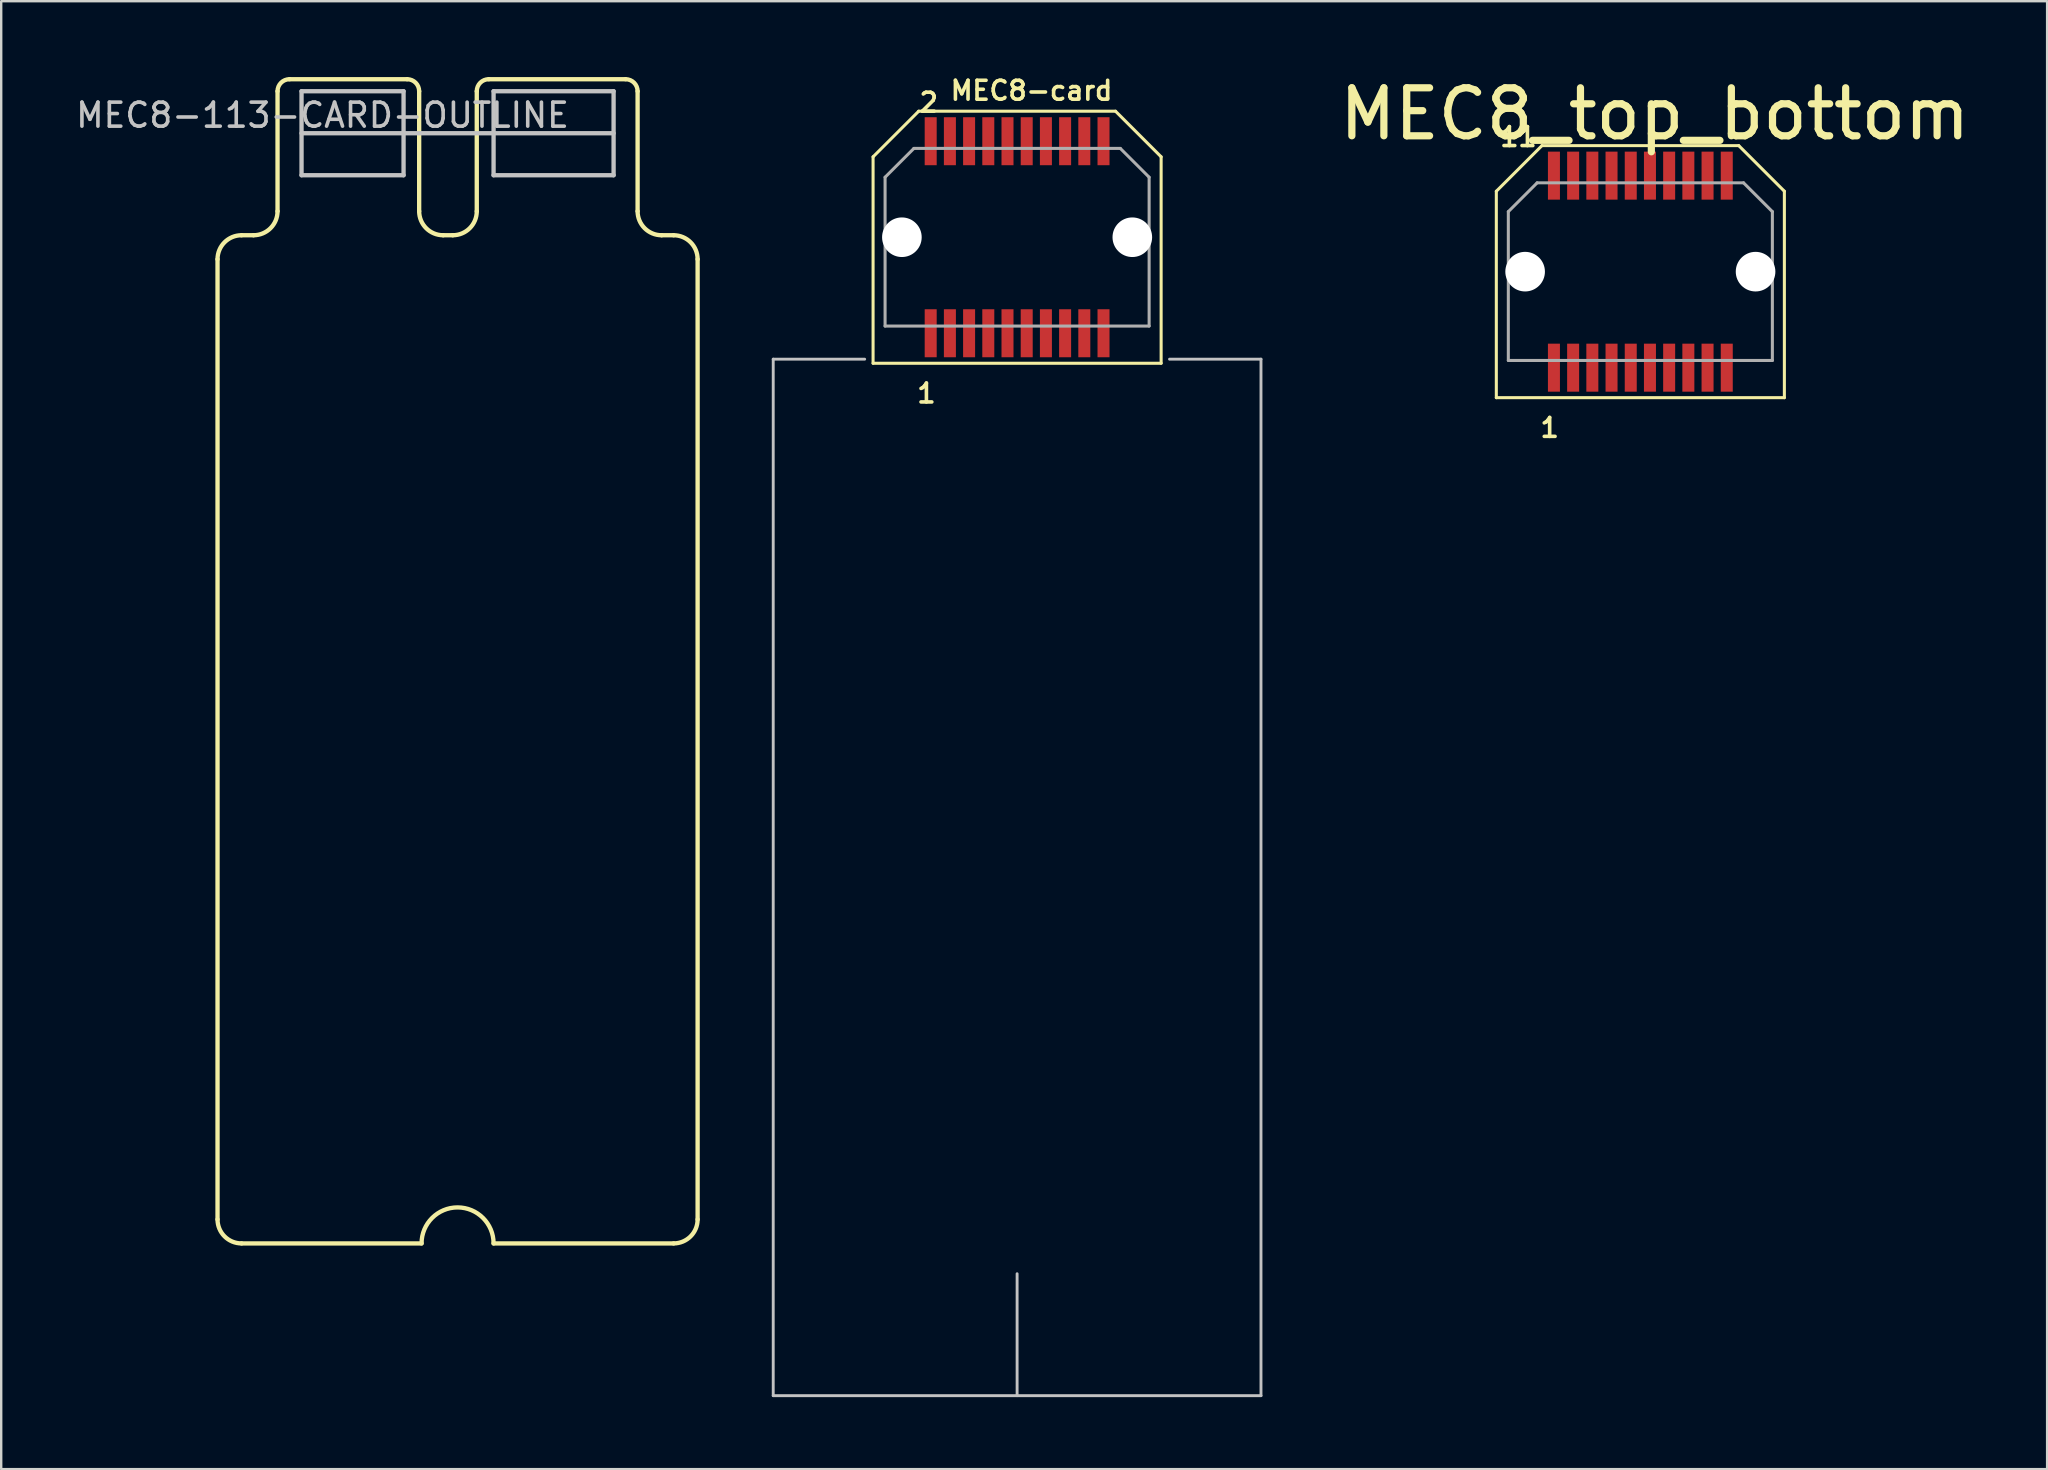
<source format=kicad_pcb>
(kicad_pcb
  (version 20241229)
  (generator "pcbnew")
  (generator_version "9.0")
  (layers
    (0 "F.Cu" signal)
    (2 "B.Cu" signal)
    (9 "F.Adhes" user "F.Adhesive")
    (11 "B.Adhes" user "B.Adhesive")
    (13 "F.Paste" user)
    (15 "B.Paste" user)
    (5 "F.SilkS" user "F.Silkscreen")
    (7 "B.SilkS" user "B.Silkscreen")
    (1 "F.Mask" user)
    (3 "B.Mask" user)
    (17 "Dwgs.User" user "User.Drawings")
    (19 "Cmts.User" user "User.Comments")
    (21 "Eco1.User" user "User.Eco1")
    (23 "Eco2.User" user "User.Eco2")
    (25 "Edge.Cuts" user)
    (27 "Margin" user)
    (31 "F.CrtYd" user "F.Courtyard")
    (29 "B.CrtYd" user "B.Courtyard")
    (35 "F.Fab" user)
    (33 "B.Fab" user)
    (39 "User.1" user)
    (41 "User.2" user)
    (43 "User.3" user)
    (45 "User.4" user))
  (footprint "MEC8-113-CARD-OUTLINE"
    (layer "F.Cu")
    (at 6.012 0.25)
    (property "Reference" "MEC8-113-CARD-OUTLINE" (at 4.375 1.5 0) (layer "Dwgs.User") (effects (font (size 1 1) (thickness 0.15))))
    (attr through_hole)
    (fp_line (start 0 47.5) (end 0 7.5) (stroke (width 0.18) (type solid)) (layer "F.SilkS"))
    (fp_line (start 1 6.5) (end 1.5 6.5) (stroke (width 0.18) (type solid)) (layer "F.SilkS"))
    (fp_line (start 2.5 0.5) (end 2.5 5.5) (stroke (width 0.18) (type solid)) (layer "F.SilkS"))
    (fp_line (start 3 0) (end 7.9 0) (stroke (width 0.18) (type solid)) (layer "F.SilkS"))
    (fp_line (start 8.4 0.5) (end 8.4 5.5) (stroke (width 0.18) (type solid)) (layer "F.SilkS"))
    (fp_line (start 8.5 48.5) (end 1 48.5) (stroke (width 0.18) (type solid)) (layer "F.SilkS"))
    (fp_line (start 9.4 6.5) (end 9.8 6.5) (stroke (width 0.18) (type solid)) (layer "F.SilkS"))
    (fp_line (start 10.8 5.5) (end 10.8 0.5) (stroke (width 0.18) (type solid)) (layer "F.SilkS"))
    (fp_line (start 11.5 48.5) (end 19 48.5) (stroke (width 0.18) (type solid)) (layer "F.SilkS"))
    (fp_line (start 17 0) (end 11.3 0) (stroke (width 0.18) (type solid)) (layer "F.SilkS"))
    (fp_line (start 17.5 0.5) (end 17.5 5.5) (stroke (width 0.18) (type solid)) (layer "F.SilkS"))
    (fp_line (start 18.5 6.5) (end 19 6.5) (stroke (width 0.18) (type solid)) (layer "F.SilkS"))
    (fp_line (start 20 7.5) (end 20 47.5) (stroke (width 0.18) (type solid)) (layer "F.SilkS"))
    (fp_arc (start 0 7.5) (mid 0.292893 6.792893) (end 1 6.5) (stroke (width 0.18) (type solid)) (layer "F.SilkS"))
    (fp_arc (start 1 48.5) (mid 0.292893 48.207107) (end 0 47.5) (stroke (width 0.18) (type solid)) (layer "F.SilkS"))
    (fp_arc (start 2.5 0.5) (mid 2.646447 0.146447) (end 3 0) (stroke (width 0.18) (type solid)) (layer "F.SilkS"))
    (fp_arc (start 2.5 5.5) (mid 2.207107 6.207107) (end 1.5 6.5) (stroke (width 0.18) (type solid)) (layer "F.SilkS"))
    (fp_arc (start 7.9 0) (mid 8.253553 0.146447) (end 8.4 0.5) (stroke (width 0.18) (type solid)) (layer "F.SilkS"))
    (fp_arc (start 8.5 48.5) (mid 10 47) (end 11.5 48.5) (stroke (width 0.18) (type solid)) (layer "F.SilkS"))
    (fp_arc (start 9.4 6.5) (mid 8.692893 6.207107) (end 8.4 5.5) (stroke (width 0.18) (type solid)) (layer "F.SilkS"))
    (fp_arc (start 10.8 0.5) (mid 10.946447 0.146447) (end 11.3 0) (stroke (width 0.18) (type solid)) (layer "F.SilkS"))
    (fp_arc (start 10.8 5.5) (mid 10.507107 6.207107) (end 9.8 6.5) (stroke (width 0.18) (type solid)) (layer "F.SilkS"))
    (fp_arc (start 17 0) (mid 17.353553 0.146447) (end 17.5 0.5) (stroke (width 0.18) (type solid)) (layer "F.SilkS"))
    (fp_arc (start 18.5 6.5) (mid 17.792893 6.207107) (end 17.5 5.5) (stroke (width 0.18) (type solid)) (layer "F.SilkS"))
    (fp_arc (start 19 6.5) (mid 19.707107 6.792893) (end 20 7.5) (stroke (width 0.18) (type solid)) (layer "F.SilkS"))
    (fp_arc (start 20 47.5) (mid 19.707107 48.207107) (end 19 48.5) (stroke (width 0.18) (type solid)) (layer "F.SilkS"))
    (fp_line (start 3.5 0.5) (end 7.75 0.5) (stroke (width 0.18) (type solid)) (layer "Dwgs.User"))
    (fp_line (start 3.5 2.25) (end 16.5 2.25) (stroke (width 0.18) (type solid)) (layer "Dwgs.User"))
    (fp_line (start 3.5 4) (end 3.5 0.5) (stroke (width 0.18) (type solid)) (layer "Dwgs.User"))
    (fp_line (start 3.5 4) (end 7.75 4) (stroke (width 0.18) (type solid)) (layer "Dwgs.User"))
    (fp_line (start 7.75 0.5) (end 7.75 4) (stroke (width 0.18) (type solid)) (layer "Dwgs.User"))
    (fp_line (start 11.5 0.5) (end 11.5 4) (stroke (width 0.18) (type solid)) (layer "Dwgs.User"))
    (fp_line (start 11.5 4) (end 16.5 4) (stroke (width 0.18) (type solid)) (layer "Dwgs.User"))
    (fp_line (start 16.5 0.5) (end 11.5 0.5) (stroke (width 0.18) (type solid)) (layer "Dwgs.User"))
    (fp_line (start 16.5 4) (end 16.5 0.5) (stroke (width 0.18) (type solid)) (layer "Dwgs.User")))
  (footprint "MEC8-card"
    (layer "F.Cu")
    (at 39.322 6.833)
    (property "Reference" "MEC8-card" (at 0.601 -6.108 0) (layer "F.SilkS") (effects (font (size 0.788 0.788) (thickness 0.15))))
    (attr through_hole)
    (fp_line (start -6 -3.35) (end -4.1 -5.25) (stroke (width 0.127) (type solid)) (layer "F.SilkS"))
    (fp_line (start -6 5.25) (end -6 -3.35) (stroke (width 0.127) (type solid)) (layer "F.SilkS"))
    (fp_line (start -4.1 -5.25) (end 4.1 -5.25) (stroke (width 0.127) (type solid)) (layer "F.SilkS"))
    (fp_line (start 4.1 -5.25) (end 6 -3.35) (stroke (width 0.127) (type solid)) (layer "F.SilkS"))
    (fp_line (start 6 -3.35) (end 6 5.25) (stroke (width 0.127) (type solid)) (layer "F.SilkS"))
    (fp_line (start 6 5.25) (end -6 5.25) (stroke (width 0.127) (type solid)) (layer "F.SilkS"))
    (fp_line (start -10.16 5.08) (end -10.16 48.26) (stroke (width 0.12) (type solid)) (layer "Dwgs.User"))
    (fp_line (start -10.16 48.26) (end 10.16 48.26) (stroke (width 0.12) (type solid)) (layer "Dwgs.User"))
    (fp_line (start -6.35 5.08) (end -10.16 5.08) (stroke (width 0.12) (type solid)) (layer "Dwgs.User"))
    (fp_line (start 0 48.26) (end 0 43.18) (stroke (width 0.12) (type solid)) (layer "Dwgs.User"))
    (fp_line (start 10.16 5.08) (end 6.35 5.08) (stroke (width 0.12) (type solid)) (layer "Dwgs.User"))
    (fp_line (start 10.16 48.26) (end 10.16 5.08) (stroke (width 0.12) (type solid)) (layer "Dwgs.User"))
    (fp_line (start -5.5 -2.5) (end -4.3 -3.7) (stroke (width 0.127) (type solid)) (layer "F.Fab"))
    (fp_line (start -5.5 3.7) (end -5.5 -2.5) (stroke (width 0.127) (type solid)) (layer "F.Fab"))
    (fp_line (start -4.3 -3.7) (end 4.3 -3.7) (stroke (width 0.127) (type solid)) (layer "F.Fab"))
    (fp_line (start 4.3 -3.7) (end 5.5 -2.5) (stroke (width 0.127) (type solid)) (layer "F.Fab"))
    (fp_line (start 5.5 -2.5) (end 5.5 3.7) (stroke (width 0.127) (type solid)) (layer "F.Fab"))
    (fp_line (start 5.5 3.7) (end -5.5 3.7) (stroke (width 0.127) (type solid)) (layer "F.Fab"))
    (fp_text user "1" (at -3.778 6.505 0) (layer "F.SilkS") (effects (font (size 0.788 0.788) (thickness 0.15))))
    (fp_text user "2" (at -3.682 -5.611 0) (layer "F.SilkS") (effects (font (size 0.789 0.789) (thickness 0.15))))
    (pad "" np_thru_hole circle (at -4.8 0) (size 1.65 1.65) (drill 1.65) (layers "*.Cu" "*.Mask"))
    (pad "" np_thru_hole circle (at 4.8 0) (size 1.65 1.65) (drill 1.65) (layers "*.Cu" "*.Mask"))
    (pad "1" smd rect (at -3.6 4) (size 0.5 2) (layers "F.Cu" "F.Mask" "F.Paste"))
    (pad "2" smd rect (at -3.6 -4) (size 0.5 2) (layers "F.Cu" "F.Mask" "F.Paste"))
    (pad "3" smd rect (at -2.8 4) (size 0.5 2) (layers "F.Cu" "F.Mask" "F.Paste"))
    (pad "4" smd rect (at -2.8 -4) (size 0.5 2) (layers "F.Cu" "F.Mask" "F.Paste"))
    (pad "5" smd rect (at -2 4) (size 0.5 2) (layers "F.Cu" "F.Mask" "F.Paste"))
    (pad "6" smd rect (at -2 -4) (size 0.5 2) (layers "F.Cu" "F.Mask" "F.Paste"))
    (pad "7" smd rect (at -1.2 4) (size 0.5 2) (layers "F.Cu" "F.Mask" "F.Paste"))
    (pad "8" smd rect (at -1.2 -4) (size 0.5 2) (layers "F.Cu" "F.Mask" "F.Paste"))
    (pad "9" smd rect (at -0.4 4) (size 0.5 2) (layers "F.Cu" "F.Mask" "F.Paste"))
    (pad "10" smd rect (at -0.4 -4) (size 0.5 2) (layers "F.Cu" "F.Mask" "F.Paste"))
    (pad "11" smd rect (at 0.4 4) (size 0.5 2) (layers "F.Cu" "F.Mask" "F.Paste"))
    (pad "12" smd rect (at 0.4 -4) (size 0.5 2) (layers "F.Cu" "F.Mask" "F.Paste"))
    (pad "13" smd rect (at 1.2 4) (size 0.5 2) (layers "F.Cu" "F.Mask" "F.Paste"))
    (pad "14" smd rect (at 1.2 -4) (size 0.5 2) (layers "F.Cu" "F.Mask" "F.Paste"))
    (pad "15" smd rect (at 2 4) (size 0.5 2) (layers "F.Cu" "F.Mask" "F.Paste"))
    (pad "16" smd rect (at 2 -4) (size 0.5 2) (layers "F.Cu" "F.Mask" "F.Paste"))
    (pad "17" smd rect (at 2.8 4) (size 0.5 2) (layers "F.Cu" "F.Mask" "F.Paste"))
    (pad "18" smd rect (at 2.8 -4) (size 0.5 2) (layers "F.Cu" "F.Mask" "F.Paste"))
    (pad "19" smd rect (at 3.6 4) (size 0.5 2) (layers "F.Cu" "F.Mask" "F.Paste"))
    (pad "20" smd rect (at 3.6 -4) (size 0.5 2) (layers "F.Cu" "F.Mask" "F.Paste")))
  (footprint "MEC8_top_bottom"
    (layer "F.Cu")
    (at 65.286 8.267)
    (property "Reference" "MEC8_top_bottom" (at 0.601 -6.57 0) (layer "F.SilkS") (effects (font (size 2 2) (thickness 0.3))))
    (attr through_hole)
    (fp_line (start -6 -3.35) (end -4.1 -5.25) (stroke (width 0.127) (type solid)) (layer "F.SilkS"))
    (fp_line (start -6 5.25) (end -6 -3.35) (stroke (width 0.127) (type solid)) (layer "F.SilkS"))
    (fp_line (start -4.1 -5.25) (end 4.1 -5.25) (stroke (width 0.127) (type solid)) (layer "F.SilkS"))
    (fp_line (start 4.1 -5.25) (end 6 -3.35) (stroke (width 0.127) (type solid)) (layer "F.SilkS"))
    (fp_line (start 6 -3.35) (end 6 5.25) (stroke (width 0.127) (type solid)) (layer "F.SilkS"))
    (fp_line (start 6 5.25) (end -6 5.25) (stroke (width 0.127) (type solid)) (layer "F.SilkS"))
    (fp_line (start -5.5 -2.5) (end -4.3 -3.7) (stroke (width 0.127) (type solid)) (layer "F.Fab"))
    (fp_line (start -5.5 3.7) (end -5.5 -2.5) (stroke (width 0.127) (type solid)) (layer "F.Fab"))
    (fp_line (start -4.3 -3.7) (end 4.3 -3.7) (stroke (width 0.127) (type solid)) (layer "F.Fab"))
    (fp_line (start 4.3 -3.7) (end 5.5 -2.5) (stroke (width 0.127) (type solid)) (layer "F.Fab"))
    (fp_line (start 5.5 -2.5) (end 5.5 3.7) (stroke (width 0.127) (type solid)) (layer "F.Fab"))
    (fp_line (start 5.5 3.7) (end -5.5 3.7) (stroke (width 0.127) (type solid)) (layer "F.Fab"))
    (fp_text user "11" (at -5.08 -5.611 0) (layer "F.SilkS") (effects (font (size 0.789 0.789) (thickness 0.15))))
    (fp_text user "1" (at -3.778 6.505 0) (layer "F.SilkS") (effects (font (size 0.788 0.788) (thickness 0.15))))
    (pad "" np_thru_hole circle (at -4.8 0) (size 1.65 1.65) (drill 1.65) (layers "*.Cu" "*.Mask"))
    (pad "" np_thru_hole circle (at 4.8 0) (size 1.65 1.65) (drill 1.65) (layers "*.Cu" "*.Mask"))
    (pad "1" smd rect (at -3.6 4) (size 0.5 2) (layers "F.Cu" "F.Mask" "F.Paste"))
    (pad "2" smd rect (at -2.8 4) (size 0.5 2) (layers "F.Cu" "F.Mask" "F.Paste"))
    (pad "3" smd rect (at -2 4) (size 0.5 2) (layers "F.Cu" "F.Mask" "F.Paste"))
    (pad "4" smd rect (at -1.2 4) (size 0.5 2) (layers "F.Cu" "F.Mask" "F.Paste"))
    (pad "5" smd rect (at -0.4 4) (size 0.5 2) (layers "F.Cu" "F.Mask" "F.Paste"))
    (pad "6" smd rect (at 0.4 4) (size 0.5 2) (layers "F.Cu" "F.Mask" "F.Paste"))
    (pad "7" smd rect (at 1.2 4) (size 0.5 2) (layers "F.Cu" "F.Mask" "F.Paste"))
    (pad "8" smd rect (at 2 4) (size 0.5 2) (layers "F.Cu" "F.Mask" "F.Paste"))
    (pad "9" smd rect (at 2.8 4) (size 0.5 2) (layers "F.Cu" "F.Mask" "F.Paste"))
    (pad "10" smd rect (at 3.6 4) (size 0.5 2) (layers "F.Cu" "F.Mask" "F.Paste"))
    (pad "11" smd rect (at -3.6 -4) (size 0.5 2) (layers "F.Cu" "F.Mask" "F.Paste"))
    (pad "12" smd rect (at -2.8 -4) (size 0.5 2) (layers "F.Cu" "F.Mask" "F.Paste"))
    (pad "13" smd rect (at -2 -4) (size 0.5 2) (layers "F.Cu" "F.Mask" "F.Paste"))
    (pad "14" smd rect (at -1.2 -4) (size 0.5 2) (layers "F.Cu" "F.Mask" "F.Paste"))
    (pad "15" smd rect (at -0.4 -4) (size 0.5 2) (layers "F.Cu" "F.Mask" "F.Paste"))
    (pad "16" smd rect (at 0.4 -4) (size 0.5 2) (layers "F.Cu" "F.Mask" "F.Paste"))
    (pad "17" smd rect (at 1.2 -4) (size 0.5 2) (layers "F.Cu" "F.Mask" "F.Paste"))
    (pad "18" smd rect (at 2 -4) (size 0.5 2) (layers "F.Cu" "F.Mask" "F.Paste"))
    (pad "19" smd rect (at 2.8 -4) (size 0.5 2) (layers "F.Cu" "F.Mask" "F.Paste"))
    (pad "20" smd rect (at 3.6 -4) (size 0.5 2) (layers "F.Cu" "F.Mask" "F.Paste")))
  (gr_rect
    (start -3 -3)
    (end 82.232 58.153)
    (stroke (width 0.1) (type default))
    (fill no)
    (layer "Edge.Cuts")))
</source>
